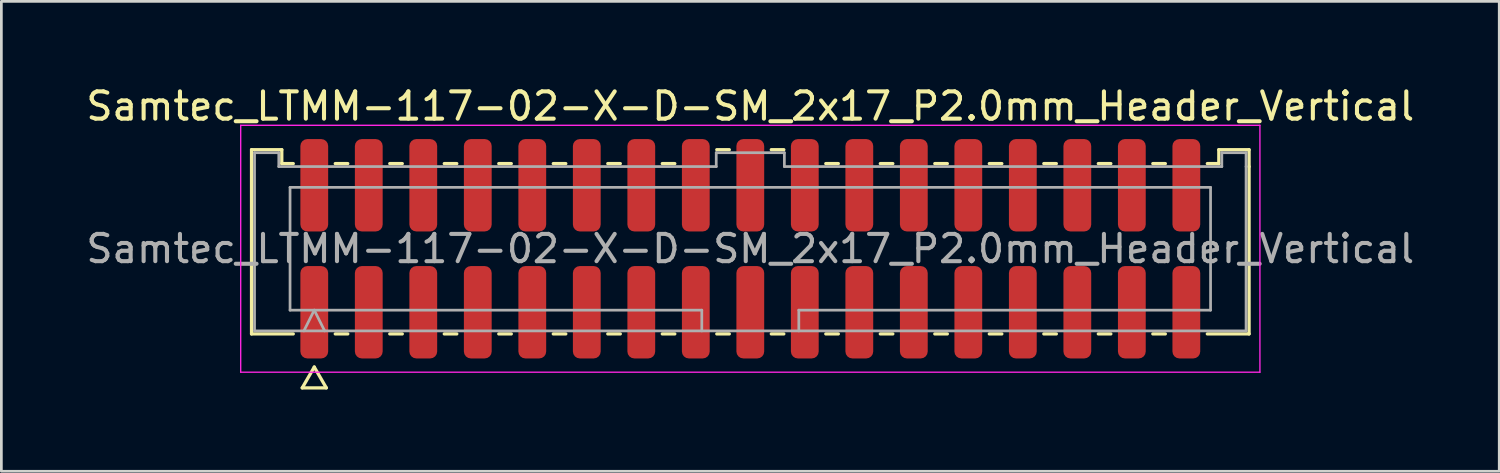
<source format=kicad_pcb>
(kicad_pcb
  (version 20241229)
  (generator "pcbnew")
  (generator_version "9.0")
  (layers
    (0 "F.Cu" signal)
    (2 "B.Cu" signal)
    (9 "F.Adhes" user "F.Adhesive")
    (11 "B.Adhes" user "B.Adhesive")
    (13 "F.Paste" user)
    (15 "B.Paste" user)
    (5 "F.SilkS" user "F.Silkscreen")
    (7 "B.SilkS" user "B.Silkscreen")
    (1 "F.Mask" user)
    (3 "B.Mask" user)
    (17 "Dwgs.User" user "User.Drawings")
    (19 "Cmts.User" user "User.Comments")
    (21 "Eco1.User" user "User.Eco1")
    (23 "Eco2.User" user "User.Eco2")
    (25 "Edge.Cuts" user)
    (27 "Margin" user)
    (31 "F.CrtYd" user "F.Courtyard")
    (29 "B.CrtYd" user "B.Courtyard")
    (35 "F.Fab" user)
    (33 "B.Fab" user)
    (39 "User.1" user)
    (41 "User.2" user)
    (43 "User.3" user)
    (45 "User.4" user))
  (footprint "Samtec_LTMM-117-02-X-D-SM_2x17_P2.0mm_Header_Vertical"
    (layer "F.Cu")
    (at 24.482 6.078)
    (property "Reference" "Samtec_LTMM-117-02-X-D-SM_2x17_P2.0mm_Header_Vertical" (at 0 -5.23 0) (layer "F.SilkS") (effects (font (size 1 1) (thickness 0.15))))
    (attr smd)
    (fp_line (start -18.302 -3.635) (end -17.192 -3.635) (stroke (width 0.12) (type solid)) (layer "F.SilkS"))
    (fp_line (start -18.302 3.125) (end -18.302 -3.635) (stroke (width 0.12) (type solid)) (layer "F.SilkS"))
    (fp_line (start -17.192 -3.635) (end -17.192 -3.125) (stroke (width 0.12) (type solid)) (layer "F.SilkS"))
    (fp_line (start -17.192 -3.125) (end -16.77 -3.125) (stroke (width 0.12) (type solid)) (layer "F.SilkS"))
    (fp_line (start -16.77 3.125) (end -18.302 3.125) (stroke (width 0.12) (type solid)) (layer "F.SilkS"))
    (fp_line (start -16.442 5.105) (end -16 4.34) (stroke (width 0.12) (type solid)) (layer "F.SilkS"))
    (fp_line (start -16 4.34) (end -15.558 5.105) (stroke (width 0.12) (type solid)) (layer "F.SilkS"))
    (fp_line (start -15.558 5.105) (end -16.442 5.105) (stroke (width 0.12) (type solid)) (layer "F.SilkS"))
    (fp_line (start -15.23 -3.125) (end -14.77 -3.125) (stroke (width 0.12) (type solid)) (layer "F.SilkS"))
    (fp_line (start -14.77 3.125) (end -15.23 3.125) (stroke (width 0.12) (type solid)) (layer "F.SilkS"))
    (fp_line (start -13.23 -3.125) (end -12.77 -3.125) (stroke (width 0.12) (type solid)) (layer "F.SilkS"))
    (fp_line (start -12.77 3.125) (end -13.23 3.125) (stroke (width 0.12) (type solid)) (layer "F.SilkS"))
    (fp_line (start -11.23 -3.125) (end -10.77 -3.125) (stroke (width 0.12) (type solid)) (layer "F.SilkS"))
    (fp_line (start -10.77 3.125) (end -11.23 3.125) (stroke (width 0.12) (type solid)) (layer "F.SilkS"))
    (fp_line (start -9.23 -3.125) (end -8.77 -3.125) (stroke (width 0.12) (type solid)) (layer "F.SilkS"))
    (fp_line (start -8.77 3.125) (end -9.23 3.125) (stroke (width 0.12) (type solid)) (layer "F.SilkS"))
    (fp_line (start -7.23 -3.125) (end -6.77 -3.125) (stroke (width 0.12) (type solid)) (layer "F.SilkS"))
    (fp_line (start -6.77 3.125) (end -7.23 3.125) (stroke (width 0.12) (type solid)) (layer "F.SilkS"))
    (fp_line (start -5.23 -3.125) (end -4.77 -3.125) (stroke (width 0.12) (type solid)) (layer "F.SilkS"))
    (fp_line (start -4.77 3.125) (end -5.23 3.125) (stroke (width 0.12) (type solid)) (layer "F.SilkS"))
    (fp_line (start -3.23 -3.125) (end -2.77 -3.125) (stroke (width 0.12) (type solid)) (layer "F.SilkS"))
    (fp_line (start -2.77 3.125) (end -3.23 3.125) (stroke (width 0.12) (type solid)) (layer "F.SilkS"))
    (fp_line (start -1.23 -3.635) (end -0.77 -3.635) (stroke (width 0.12) (type solid)) (layer "F.SilkS"))
    (fp_line (start -0.77 3.125) (end -1.23 3.125) (stroke (width 0.12) (type solid)) (layer "F.SilkS"))
    (fp_line (start 0.77 -3.635) (end 1.23 -3.635) (stroke (width 0.12) (type solid)) (layer "F.SilkS"))
    (fp_line (start 1.23 3.125) (end 0.77 3.125) (stroke (width 0.12) (type solid)) (layer "F.SilkS"))
    (fp_line (start 2.77 -3.125) (end 3.23 -3.125) (stroke (width 0.12) (type solid)) (layer "F.SilkS"))
    (fp_line (start 3.23 3.125) (end 2.77 3.125) (stroke (width 0.12) (type solid)) (layer "F.SilkS"))
    (fp_line (start 4.77 -3.125) (end 5.23 -3.125) (stroke (width 0.12) (type solid)) (layer "F.SilkS"))
    (fp_line (start 5.23 3.125) (end 4.77 3.125) (stroke (width 0.12) (type solid)) (layer "F.SilkS"))
    (fp_line (start 6.77 -3.125) (end 7.23 -3.125) (stroke (width 0.12) (type solid)) (layer "F.SilkS"))
    (fp_line (start 7.23 3.125) (end 6.77 3.125) (stroke (width 0.12) (type solid)) (layer "F.SilkS"))
    (fp_line (start 8.77 -3.125) (end 9.23 -3.125) (stroke (width 0.12) (type solid)) (layer "F.SilkS"))
    (fp_line (start 9.23 3.125) (end 8.77 3.125) (stroke (width 0.12) (type solid)) (layer "F.SilkS"))
    (fp_line (start 10.77 -3.125) (end 11.23 -3.125) (stroke (width 0.12) (type solid)) (layer "F.SilkS"))
    (fp_line (start 11.23 3.125) (end 10.77 3.125) (stroke (width 0.12) (type solid)) (layer "F.SilkS"))
    (fp_line (start 12.77 -3.125) (end 13.23 -3.125) (stroke (width 0.12) (type solid)) (layer "F.SilkS"))
    (fp_line (start 13.23 3.125) (end 12.77 3.125) (stroke (width 0.12) (type solid)) (layer "F.SilkS"))
    (fp_line (start 14.77 -3.125) (end 15.23 -3.125) (stroke (width 0.12) (type solid)) (layer "F.SilkS"))
    (fp_line (start 15.23 3.125) (end 14.77 3.125) (stroke (width 0.12) (type solid)) (layer "F.SilkS"))
    (fp_line (start 16.77 -3.125) (end 17.192 -3.125) (stroke (width 0.12) (type solid)) (layer "F.SilkS"))
    (fp_line (start 17.192 -3.635) (end 18.302 -3.635) (stroke (width 0.12) (type solid)) (layer "F.SilkS"))
    (fp_line (start 17.192 -3.125) (end 17.192 -3.635) (stroke (width 0.12) (type solid)) (layer "F.SilkS"))
    (fp_line (start 18.302 -3.635) (end 18.302 -3.015) (stroke (width 0.12) (type solid)) (layer "F.SilkS"))
    (fp_line (start 18.302 -3.015) (end 18.302 3.125) (stroke (width 0.12) (type solid)) (layer "F.SilkS"))
    (fp_line (start 18.302 3.125) (end 16.77 3.125) (stroke (width 0.12) (type solid)) (layer "F.SilkS"))
    (fp_line (start -18.7 -4.53) (end -18.7 4.53) (stroke (width 0.05) (type solid)) (layer "F.CrtYd"))
    (fp_line (start -18.7 4.53) (end 18.7 4.53) (stroke (width 0.05) (type solid)) (layer "F.CrtYd"))
    (fp_line (start 18.7 -4.53) (end -18.7 -4.53) (stroke (width 0.05) (type solid)) (layer "F.CrtYd"))
    (fp_line (start 18.7 4.53) (end 18.7 -4.53) (stroke (width 0.05) (type solid)) (layer "F.CrtYd"))
    (fp_line (start -18.192 -3.525) (end -17.302 -3.525) (stroke (width 0.1) (type solid)) (layer "F.Fab"))
    (fp_line (start -18.192 3.015) (end -18.192 -3.525) (stroke (width 0.1) (type solid)) (layer "F.Fab"))
    (fp_line (start -17.302 -3.525) (end -17.302 -3.015) (stroke (width 0.1) (type solid)) (layer "F.Fab"))
    (fp_line (start -17.302 -3.015) (end -1.25 -3.015) (stroke (width 0.1) (type solid)) (layer "F.Fab"))
    (fp_line (start -16.889 -2.253) (end 16.889 -2.253) (stroke (width 0.1) (type solid)) (layer "F.Fab"))
    (fp_line (start -16.889 2.253) (end -16.889 -2.253) (stroke (width 0.1) (type solid)) (layer "F.Fab"))
    (fp_line (start -16.381 3.015) (end -16 2.253) (stroke (width 0.1) (type solid)) (layer "F.Fab"))
    (fp_line (start -16 2.253) (end -15.619 3.015) (stroke (width 0.1) (type solid)) (layer "F.Fab"))
    (fp_line (start -1.78 2.253) (end -16.889 2.253) (stroke (width 0.1) (type solid)) (layer "F.Fab"))
    (fp_line (start -1.78 3.015) (end -1.78 2.253) (stroke (width 0.1) (type solid)) (layer "F.Fab"))
    (fp_line (start -1.25 -3.525) (end 1.25 -3.525) (stroke (width 0.1) (type solid)) (layer "F.Fab"))
    (fp_line (start -1.25 -3.015) (end -1.25 -3.525) (stroke (width 0.1) (type solid)) (layer "F.Fab"))
    (fp_line (start 1.25 -3.525) (end 1.25 -3.015) (stroke (width 0.1) (type solid)) (layer "F.Fab"))
    (fp_line (start 1.25 -3.015) (end 17.302 -3.015) (stroke (width 0.1) (type solid)) (layer "F.Fab"))
    (fp_line (start 1.78 2.253) (end 1.78 3.015) (stroke (width 0.1) (type solid)) (layer "F.Fab"))
    (fp_line (start 16.889 -2.253) (end 16.889 2.253) (stroke (width 0.1) (type solid)) (layer "F.Fab"))
    (fp_line (start 16.889 2.253) (end 1.78 2.253) (stroke (width 0.1) (type solid)) (layer "F.Fab"))
    (fp_line (start 17.302 -3.525) (end 18.192 -3.525) (stroke (width 0.1) (type solid)) (layer "F.Fab"))
    (fp_line (start 17.302 -3.015) (end 17.302 -3.525) (stroke (width 0.1) (type solid)) (layer "F.Fab"))
    (fp_line (start 18.192 -3.525) (end 18.192 -3.015) (stroke (width 0.1) (type solid)) (layer "F.Fab"))
    (fp_line (start 18.192 -3.015) (end 18.192 3.015) (stroke (width 0.1) (type solid)) (layer "F.Fab"))
    (fp_line (start 18.192 3.015) (end -18.192 3.015) (stroke (width 0.1) (type solid)) (layer "F.Fab"))
    (fp_text user "${REFERENCE}" (at 0 0 0) (layer "F.Fab") (effects (font (size 1 1) (thickness 0.15))))
    (pad "1" smd roundrect (at -16 2.33) (size 1.02 3.39) (layers "F.Cu" "F.Mask" "F.Paste") (roundrect_rratio 0.25))
    (pad "2" smd roundrect (at -16 -2.33) (size 1.02 3.39) (layers "F.Cu" "F.Mask" "F.Paste") (roundrect_rratio 0.25))
    (pad "3" smd roundrect (at -14 2.33) (size 1.02 3.39) (layers "F.Cu" "F.Mask" "F.Paste") (roundrect_rratio 0.25))
    (pad "4" smd roundrect (at -14 -2.33) (size 1.02 3.39) (layers "F.Cu" "F.Mask" "F.Paste") (roundrect_rratio 0.25))
    (pad "5" smd roundrect (at -12 2.33) (size 1.02 3.39) (layers "F.Cu" "F.Mask" "F.Paste") (roundrect_rratio 0.25))
    (pad "6" smd roundrect (at -12 -2.33) (size 1.02 3.39) (layers "F.Cu" "F.Mask" "F.Paste") (roundrect_rratio 0.25))
    (pad "7" smd roundrect (at -10 2.33) (size 1.02 3.39) (layers "F.Cu" "F.Mask" "F.Paste") (roundrect_rratio 0.25))
    (pad "8" smd roundrect (at -10 -2.33) (size 1.02 3.39) (layers "F.Cu" "F.Mask" "F.Paste") (roundrect_rratio 0.25))
    (pad "9" smd roundrect (at -8 2.33) (size 1.02 3.39) (layers "F.Cu" "F.Mask" "F.Paste") (roundrect_rratio 0.25))
    (pad "10" smd roundrect (at -8 -2.33) (size 1.02 3.39) (layers "F.Cu" "F.Mask" "F.Paste") (roundrect_rratio 0.25))
    (pad "11" smd roundrect (at -6 2.33) (size 1.02 3.39) (layers "F.Cu" "F.Mask" "F.Paste") (roundrect_rratio 0.25))
    (pad "12" smd roundrect (at -6 -2.33) (size 1.02 3.39) (layers "F.Cu" "F.Mask" "F.Paste") (roundrect_rratio 0.25))
    (pad "13" smd roundrect (at -4 2.33) (size 1.02 3.39) (layers "F.Cu" "F.Mask" "F.Paste") (roundrect_rratio 0.25))
    (pad "14" smd roundrect (at -4 -2.33) (size 1.02 3.39) (layers "F.Cu" "F.Mask" "F.Paste") (roundrect_rratio 0.25))
    (pad "15" smd roundrect (at -2 2.33) (size 1.02 3.39) (layers "F.Cu" "F.Mask" "F.Paste") (roundrect_rratio 0.25))
    (pad "16" smd roundrect (at -2 -2.33) (size 1.02 3.39) (layers "F.Cu" "F.Mask" "F.Paste") (roundrect_rratio 0.25))
    (pad "17" smd roundrect (at 0 2.33) (size 1.02 3.39) (layers "F.Cu" "F.Mask" "F.Paste") (roundrect_rratio 0.25))
    (pad "18" smd roundrect (at 0 -2.33) (size 1.02 3.39) (layers "F.Cu" "F.Mask" "F.Paste") (roundrect_rratio 0.25))
    (pad "19" smd roundrect (at 2 2.33) (size 1.02 3.39) (layers "F.Cu" "F.Mask" "F.Paste") (roundrect_rratio 0.25))
    (pad "20" smd roundrect (at 2 -2.33) (size 1.02 3.39) (layers "F.Cu" "F.Mask" "F.Paste") (roundrect_rratio 0.25))
    (pad "21" smd roundrect (at 4 2.33) (size 1.02 3.39) (layers "F.Cu" "F.Mask" "F.Paste") (roundrect_rratio 0.25))
    (pad "22" smd roundrect (at 4 -2.33) (size 1.02 3.39) (layers "F.Cu" "F.Mask" "F.Paste") (roundrect_rratio 0.25))
    (pad "23" smd roundrect (at 6 2.33) (size 1.02 3.39) (layers "F.Cu" "F.Mask" "F.Paste") (roundrect_rratio 0.25))
    (pad "24" smd roundrect (at 6 -2.33) (size 1.02 3.39) (layers "F.Cu" "F.Mask" "F.Paste") (roundrect_rratio 0.25))
    (pad "25" smd roundrect (at 8 2.33) (size 1.02 3.39) (layers "F.Cu" "F.Mask" "F.Paste") (roundrect_rratio 0.25))
    (pad "26" smd roundrect (at 8 -2.33) (size 1.02 3.39) (layers "F.Cu" "F.Mask" "F.Paste") (roundrect_rratio 0.25))
    (pad "27" smd roundrect (at 10 2.33) (size 1.02 3.39) (layers "F.Cu" "F.Mask" "F.Paste") (roundrect_rratio 0.25))
    (pad "28" smd roundrect (at 10 -2.33) (size 1.02 3.39) (layers "F.Cu" "F.Mask" "F.Paste") (roundrect_rratio 0.25))
    (pad "29" smd roundrect (at 12 2.33) (size 1.02 3.39) (layers "F.Cu" "F.Mask" "F.Paste") (roundrect_rratio 0.25))
    (pad "30" smd roundrect (at 12 -2.33) (size 1.02 3.39) (layers "F.Cu" "F.Mask" "F.Paste") (roundrect_rratio 0.25))
    (pad "31" smd roundrect (at 14 2.33) (size 1.02 3.39) (layers "F.Cu" "F.Mask" "F.Paste") (roundrect_rratio 0.25))
    (pad "32" smd roundrect (at 14 -2.33) (size 1.02 3.39) (layers "F.Cu" "F.Mask" "F.Paste") (roundrect_rratio 0.25))
    (pad "33" smd roundrect (at 16 2.33) (size 1.02 3.39) (layers "F.Cu" "F.Mask" "F.Paste") (roundrect_rratio 0.25))
    (pad "34" smd roundrect (at 16 -2.33) (size 1.02 3.39) (layers "F.Cu" "F.Mask" "F.Paste") (roundrect_rratio 0.25)))
  (gr_rect
    (start -3 -3)
    (end 51.964 14.243)
    (stroke (width 0.1) (type default))
    (fill no)
    (layer "Edge.Cuts")))
</source>
